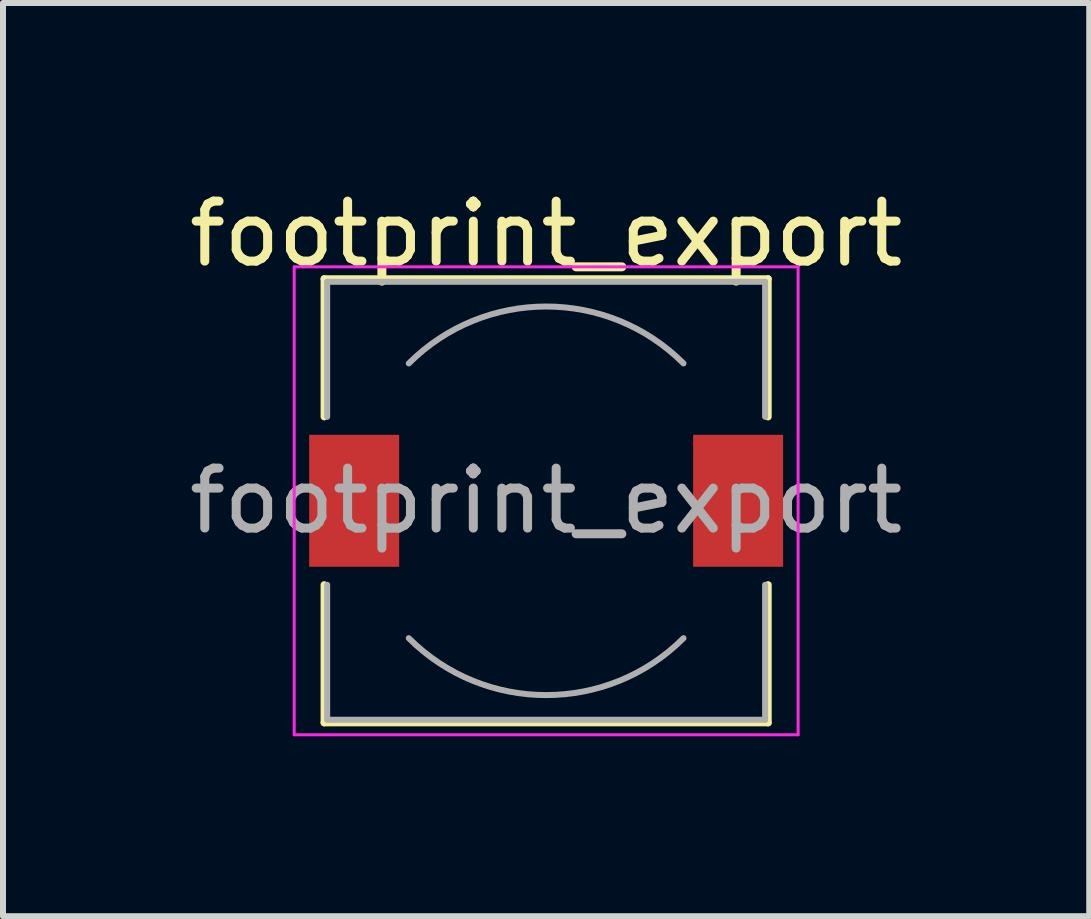
<source format=kicad_pcb>
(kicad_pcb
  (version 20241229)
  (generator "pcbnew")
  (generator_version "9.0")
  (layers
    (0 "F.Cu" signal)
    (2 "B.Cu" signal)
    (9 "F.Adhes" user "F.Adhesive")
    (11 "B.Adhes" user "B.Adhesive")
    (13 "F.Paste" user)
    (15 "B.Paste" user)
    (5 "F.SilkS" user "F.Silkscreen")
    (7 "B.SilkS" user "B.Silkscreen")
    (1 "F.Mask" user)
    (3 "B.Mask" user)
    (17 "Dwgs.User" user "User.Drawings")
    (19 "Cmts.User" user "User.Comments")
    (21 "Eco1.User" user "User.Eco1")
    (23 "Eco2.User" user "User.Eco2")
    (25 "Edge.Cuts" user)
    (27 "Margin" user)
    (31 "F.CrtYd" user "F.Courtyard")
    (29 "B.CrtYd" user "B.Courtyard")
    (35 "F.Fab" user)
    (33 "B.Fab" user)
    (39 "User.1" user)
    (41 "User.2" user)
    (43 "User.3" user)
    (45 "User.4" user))
  (footprint "footprint_export"
    (layer "F.Cu")
    (at 6.054 5.298)
    (property "Reference" "footprint_export" (at 0 -4.45 0) (layer "F.SilkS") (effects (font (size 1 1) (thickness 0.15))))
    (attr smd)
    (fp_line (start -3.7 -3.7) (end 3.7 -3.7) (stroke (width 0.12) (type solid)) (layer "F.SilkS"))
    (fp_line (start -3.7 -1.4) (end -3.7 -3.7) (stroke (width 0.12) (type solid)) (layer "F.SilkS"))
    (fp_line (start -3.7 3.7) (end -3.7 1.4) (stroke (width 0.12) (type solid)) (layer "F.SilkS"))
    (fp_line (start 3.7 -3.7) (end 3.7 -1.4) (stroke (width 0.12) (type solid)) (layer "F.SilkS"))
    (fp_line (start 3.7 1.4) (end 3.7 3.7) (stroke (width 0.12) (type solid)) (layer "F.SilkS"))
    (fp_line (start 3.7 3.7) (end -3.7 3.7) (stroke (width 0.12) (type solid)) (layer "F.SilkS"))
    (fp_line (start -4.2 -3.9) (end -4.2 3.9) (stroke (width 0.05) (type solid)) (layer "F.CrtYd"))
    (fp_line (start -4.2 3.9) (end 4.2 3.9) (stroke (width 0.05) (type solid)) (layer "F.CrtYd"))
    (fp_line (start 4.2 -3.9) (end -4.2 -3.9) (stroke (width 0.05) (type solid)) (layer "F.CrtYd"))
    (fp_line (start 4.2 3.9) (end 4.2 -3.9) (stroke (width 0.05) (type solid)) (layer "F.CrtYd"))
    (fp_line (start -3.65 -3.65) (end -3.65 -1.4) (stroke (width 0.1) (type solid)) (layer "F.Fab"))
    (fp_line (start -3.65 -3.65) (end 3.65 -3.65) (stroke (width 0.1) (type solid)) (layer "F.Fab"))
    (fp_line (start -3.65 3.65) (end -3.65 1.4) (stroke (width 0.1) (type solid)) (layer "F.Fab"))
    (fp_line (start 3.65 -3.65) (end 3.65 -1.4) (stroke (width 0.1) (type solid)) (layer "F.Fab"))
    (fp_line (start 3.65 3.65) (end -3.65 3.65) (stroke (width 0.1) (type solid)) (layer "F.Fab"))
    (fp_line (start 3.65 3.65) (end 3.65 1.4) (stroke (width 0.1) (type solid)) (layer "F.Fab"))
    (fp_arc (start -2.29 -2.29) (mid 0 -3.238549) (end 2.29 -2.29) (stroke (width 0.1) (type solid)) (layer "F.Fab"))
    (fp_arc (start 2.29 2.29) (mid 0 3.238549) (end -2.29 2.29) (stroke (width 0.1) (type solid)) (layer "F.Fab"))
    (fp_text user "${REFERENCE}" (at 0 0 0) (layer "F.Fab") (effects (font (size 1 1) (thickness 0.15))))
    (pad "1" smd rect (at -3.2 0) (size 1.5 2.2) (layers "F.Cu" "F.Mask" "F.Paste"))
    (pad "2" smd rect (at 3.2 0) (size 1.5 2.2) (layers "F.Cu" "F.Mask" "F.Paste")))
  (gr_rect
    (start -3 -3)
    (end 15.107 12.223)
    (stroke (width 0.1) (type default))
    (fill no)
    (layer "Edge.Cuts")))
</source>
